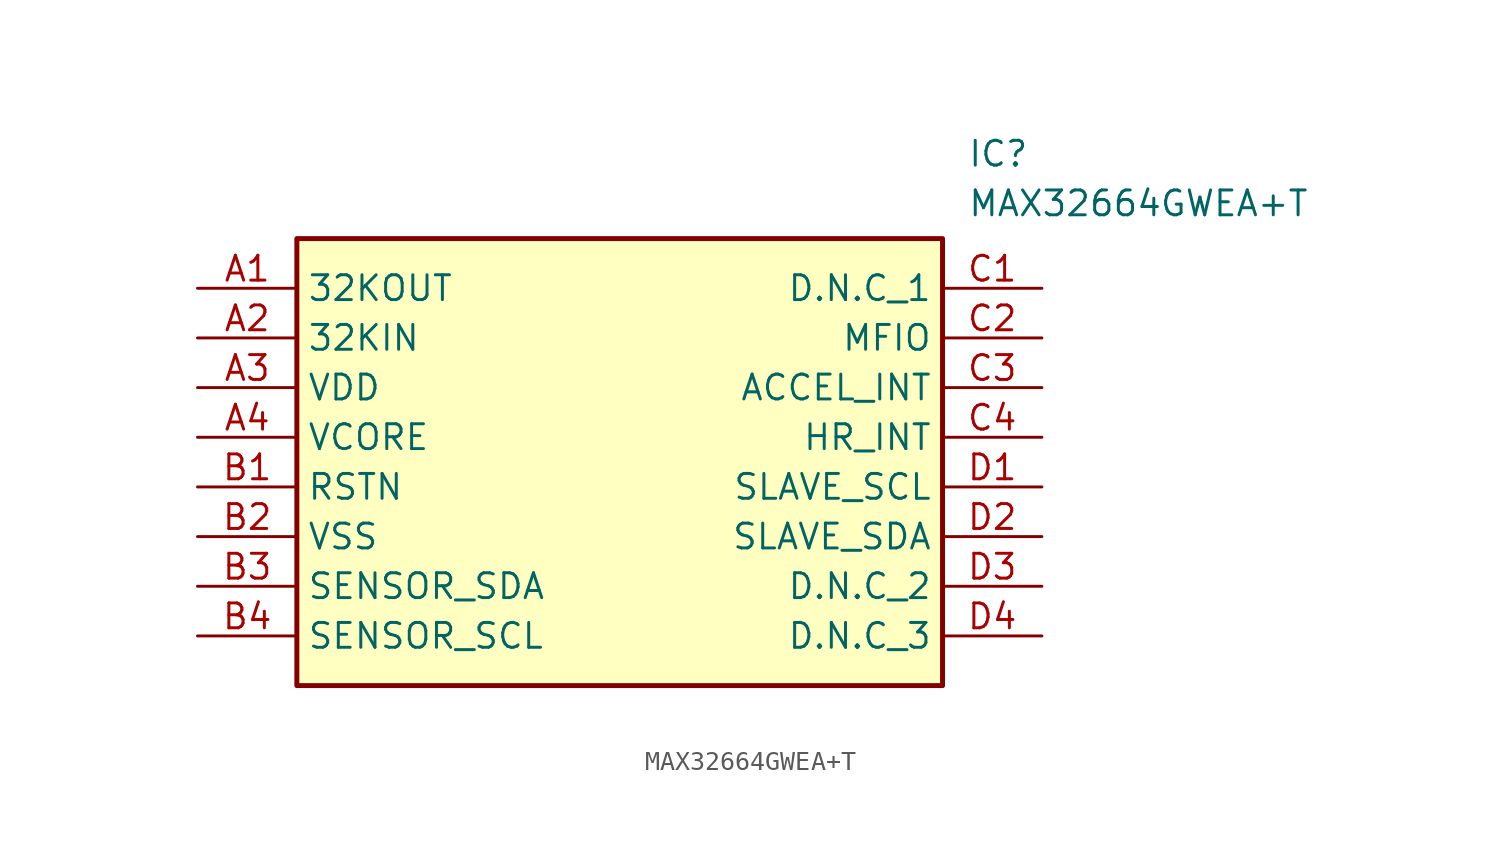
<source format=kicad_sym>
(kicad_symbol_lib
  (version 20211014)
  (generator SamacSys_ECAD_Model)
  (symbol "MAX32664GWEA+T"
    (property "Reference" "IC"
      (at 39.37 7.62 0)
      (effects (font (size 1.27 1.27)) (justify left top)))
    (property "Value" "MAX32664GWEA+T"
      (at 39.37 5.08 0)
      (effects (font (size 1.27 1.27)) (justify left top)))
    (rectangle
      (start 5.08 2.54)
      (end 38.1 -20.32)
      (stroke (width 0.254) (type default))
      (fill (type background)))
    (pin passive line
      (at 0 0 0)
      (length 5.08)
      (name "32KOUT" (effects (font (size 1.27 1.27))))
      (number "A1" (effects (font (size 1.27 1.27)))))
    (pin passive line
      (at 0 -2.54 0)
      (length 5.08)
      (name "32KIN" (effects (font (size 1.27 1.27))))
      (number "A2" (effects (font (size 1.27 1.27)))))
    (pin passive line
      (at 0 -5.08 0)
      (length 5.08)
      (name "VDD" (effects (font (size 1.27 1.27))))
      (number "A3" (effects (font (size 1.27 1.27)))))
    (pin passive line
      (at 0 -7.62 0)
      (length 5.08)
      (name "VCORE" (effects (font (size 1.27 1.27))))
      (number "A4" (effects (font (size 1.27 1.27)))))
    (pin passive line
      (at 0 -10.16 0)
      (length 5.08)
      (name "RSTN" (effects (font (size 1.27 1.27))))
      (number "B1" (effects (font (size 1.27 1.27)))))
    (pin passive line
      (at 0 -12.7 0)
      (length 5.08)
      (name "VSS" (effects (font (size 1.27 1.27))))
      (number "B2" (effects (font (size 1.27 1.27)))))
    (pin passive line
      (at 0 -15.24 0)
      (length 5.08)
      (name "SENSOR_SDA" (effects (font (size 1.27 1.27))))
      (number "B3" (effects (font (size 1.27 1.27)))))
    (pin passive line
      (at 0 -17.78 0)
      (length 5.08)
      (name "SENSOR_SCL" (effects (font (size 1.27 1.27))))
      (number "B4" (effects (font (size 1.27 1.27)))))
    (pin passive line
      (at 43.18 0 180)
      (length 5.08)
      (name "D.N.C_1" (effects (font (size 1.27 1.27))))
      (number "C1" (effects (font (size 1.27 1.27)))))
    (pin passive line
      (at 43.18 -2.54 180)
      (length 5.08)
      (name "MFIO" (effects (font (size 1.27 1.27))))
      (number "C2" (effects (font (size 1.27 1.27)))))
    (pin passive line
      (at 43.18 -5.08 180)
      (length 5.08)
      (name "ACCEL_INT" (effects (font (size 1.27 1.27))))
      (number "C3" (effects (font (size 1.27 1.27)))))
    (pin passive line
      (at 43.18 -7.62 180)
      (length 5.08)
      (name "HR_INT" (effects (font (size 1.27 1.27))))
      (number "C4" (effects (font (size 1.27 1.27)))))
    (pin passive line
      (at 43.18 -10.16 180)
      (length 5.08)
      (name "SLAVE_SCL" (effects (font (size 1.27 1.27))))
      (number "D1" (effects (font (size 1.27 1.27)))))
    (pin passive line
      (at 43.18 -12.7 180)
      (length 5.08)
      (name "SLAVE_SDA" (effects (font (size 1.27 1.27))))
      (number "D2" (effects (font (size 1.27 1.27)))))
    (pin passive line
      (at 43.18 -15.24 180)
      (length 5.08)
      (name "D.N.C_2" (effects (font (size 1.27 1.27))))
      (number "D3" (effects (font (size 1.27 1.27)))))
    (pin passive line
      (at 43.18 -17.78 180)
      (length 5.08)
      (name "D.N.C_3" (effects (font (size 1.27 1.27))))
      (number "D4" (effects (font (size 1.27 1.27)))))))
</source>
